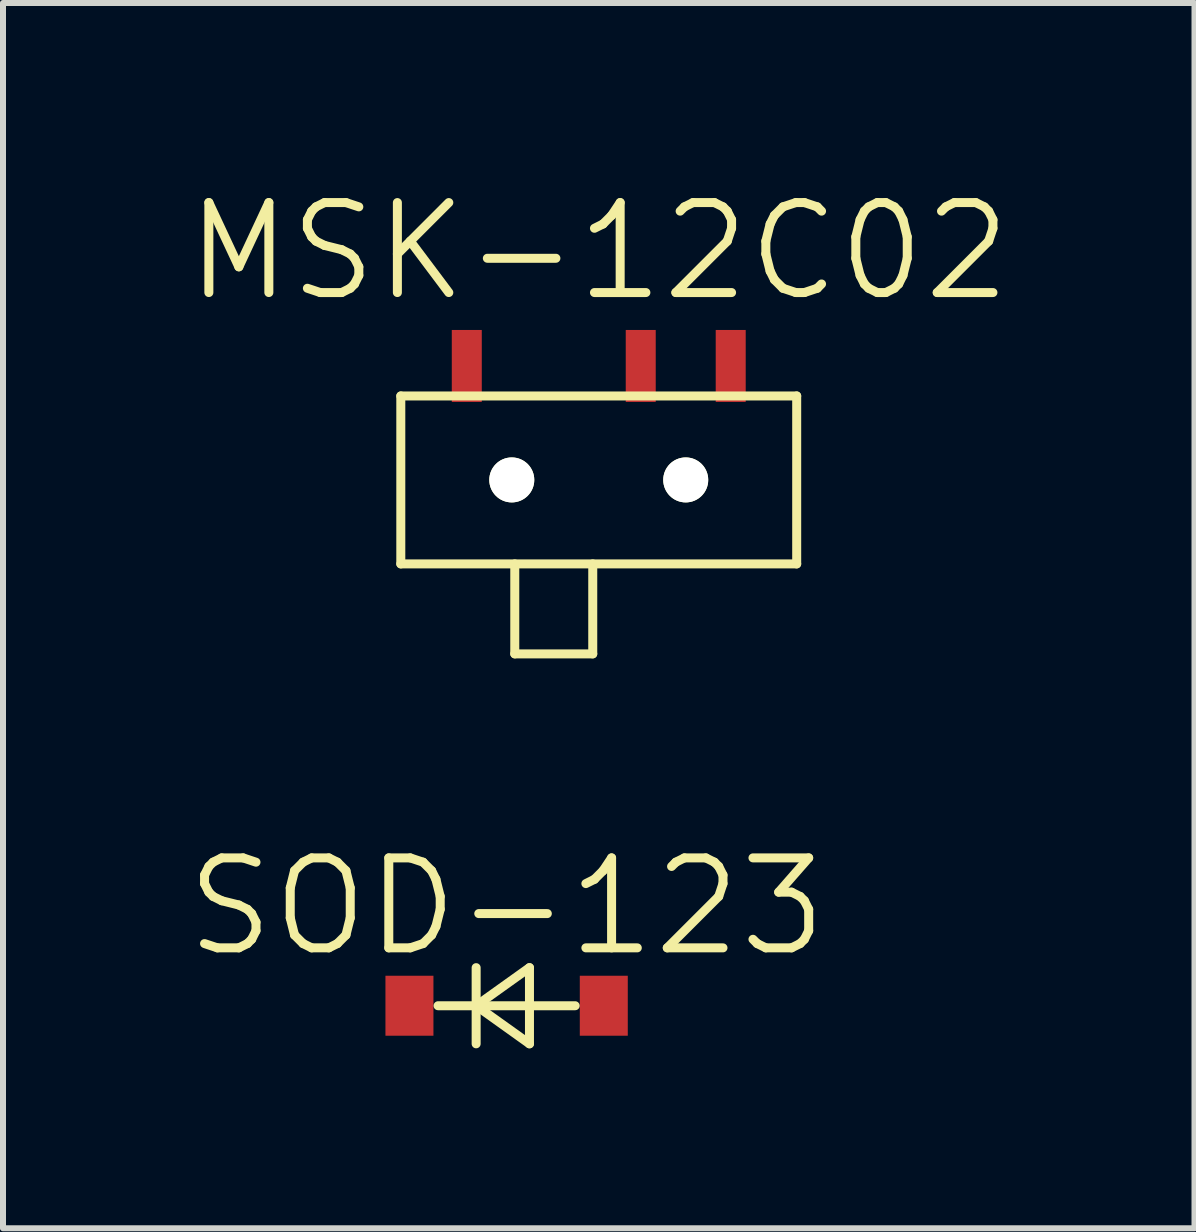
<source format=kicad_pcb>
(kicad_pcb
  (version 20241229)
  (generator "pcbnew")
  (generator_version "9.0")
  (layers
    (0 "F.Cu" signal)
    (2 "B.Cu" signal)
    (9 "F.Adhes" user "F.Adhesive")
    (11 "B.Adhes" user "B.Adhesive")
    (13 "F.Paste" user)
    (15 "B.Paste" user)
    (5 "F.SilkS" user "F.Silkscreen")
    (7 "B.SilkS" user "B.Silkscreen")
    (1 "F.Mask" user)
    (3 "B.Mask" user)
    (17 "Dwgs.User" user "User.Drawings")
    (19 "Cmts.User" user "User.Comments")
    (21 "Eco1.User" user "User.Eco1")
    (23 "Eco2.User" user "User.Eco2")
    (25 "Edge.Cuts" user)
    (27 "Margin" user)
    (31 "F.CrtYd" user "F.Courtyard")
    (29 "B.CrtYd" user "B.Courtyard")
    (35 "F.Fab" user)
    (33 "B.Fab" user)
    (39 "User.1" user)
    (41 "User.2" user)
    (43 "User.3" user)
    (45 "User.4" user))
  (footprint "MSK-12C02"
    (layer "F.Cu")
    (at 6.932 4.951)
    (property "Reference" "MSK-12C02" (at 0 -3.81 0) (layer "F.SilkS") (effects (font (size 1.5 1.5) (thickness 0.15))))
    (attr through_hole)
    (fp_line (start -3.3 -1.4) (end 3.3 -1.4) (stroke (width 0.15) (type solid)) (layer "F.SilkS"))
    (fp_line (start -3.3 1.4) (end -3.3 -1.4) (stroke (width 0.15) (type solid)) (layer "F.SilkS"))
    (fp_line (start -1.4 1.4) (end -1.4 2.9) (stroke (width 0.15) (type solid)) (layer "F.SilkS"))
    (fp_line (start -1.4 2.9) (end -0.1 2.9) (stroke (width 0.15) (type solid)) (layer "F.SilkS"))
    (fp_line (start -0.1 2.9) (end -0.1 1.4) (stroke (width 0.15) (type solid)) (layer "F.SilkS"))
    (fp_line (start 3.3 -1.4) (end 3.3 1.4) (stroke (width 0.15) (type solid)) (layer "F.SilkS"))
    (fp_line (start 3.3 1.4) (end -3.3 1.4) (stroke (width 0.15) (type solid)) (layer "F.SilkS"))
    (pad "" np_thru_hole circle (at -1.45 0) (size 0.75 0.75) (drill 0.75) (layers "*.Cu" "*.Mask" "F.SilkS"))
    (pad "" np_thru_hole circle (at 1.45 0) (size 0.75 0.75) (drill 0.75) (layers "*.Cu" "*.Mask" "F.SilkS"))
    (pad "1" smd rect (at 2.2 -1.9) (size 0.5 1.2) (layers "F.Cu" "F.Mask" "F.Paste"))
    (pad "2" smd rect (at 0.7 -1.9) (size 0.5 1.2) (layers "F.Cu" "F.Mask" "F.Paste"))
    (pad "3" smd rect (at -2.2 -1.9) (size 0.5 1.2) (layers "F.Cu" "F.Mask" "F.Paste")))
  (footprint "SOD-123"
    (layer "F.Cu")
    (at 5.396 13.717)
    (property "Reference" "SOD-123" (at 0 -1.651 0) (layer "F.SilkS") (effects (font (size 1.5 1.5) (thickness 0.15))))
    (attr through_hole)
    (fp_line (start -1.143 0) (end 1.143 0) (stroke (width 0.15) (type solid)) (layer "F.SilkS"))
    (fp_line (start -0.508 -0.635) (end -0.508 0.635) (stroke (width 0.15) (type solid)) (layer "F.SilkS"))
    (fp_line (start -0.508 0) (end 0.381 0.635) (stroke (width 0.15) (type solid)) (layer "F.SilkS"))
    (fp_line (start 0.381 -0.635) (end -0.508 0) (stroke (width 0.15) (type solid)) (layer "F.SilkS"))
    (fp_line (start 0.381 0.635) (end 0.381 -0.635) (stroke (width 0.15) (type solid)) (layer "F.SilkS"))
    (pad "1" smd rect (at 1.62 0) (size 0.8 1) (layers "F.Cu" "F.Mask" "F.Paste"))
    (pad "2" smd rect (at -1.62 0) (size 0.8 1) (layers "F.Cu" "F.Mask" "F.Paste")))
  (gr_rect
    (start -3 -3)
    (end 16.864 17.427)
    (stroke (width 0.1) (type default))
    (fill no)
    (layer "Edge.Cuts")))
</source>
